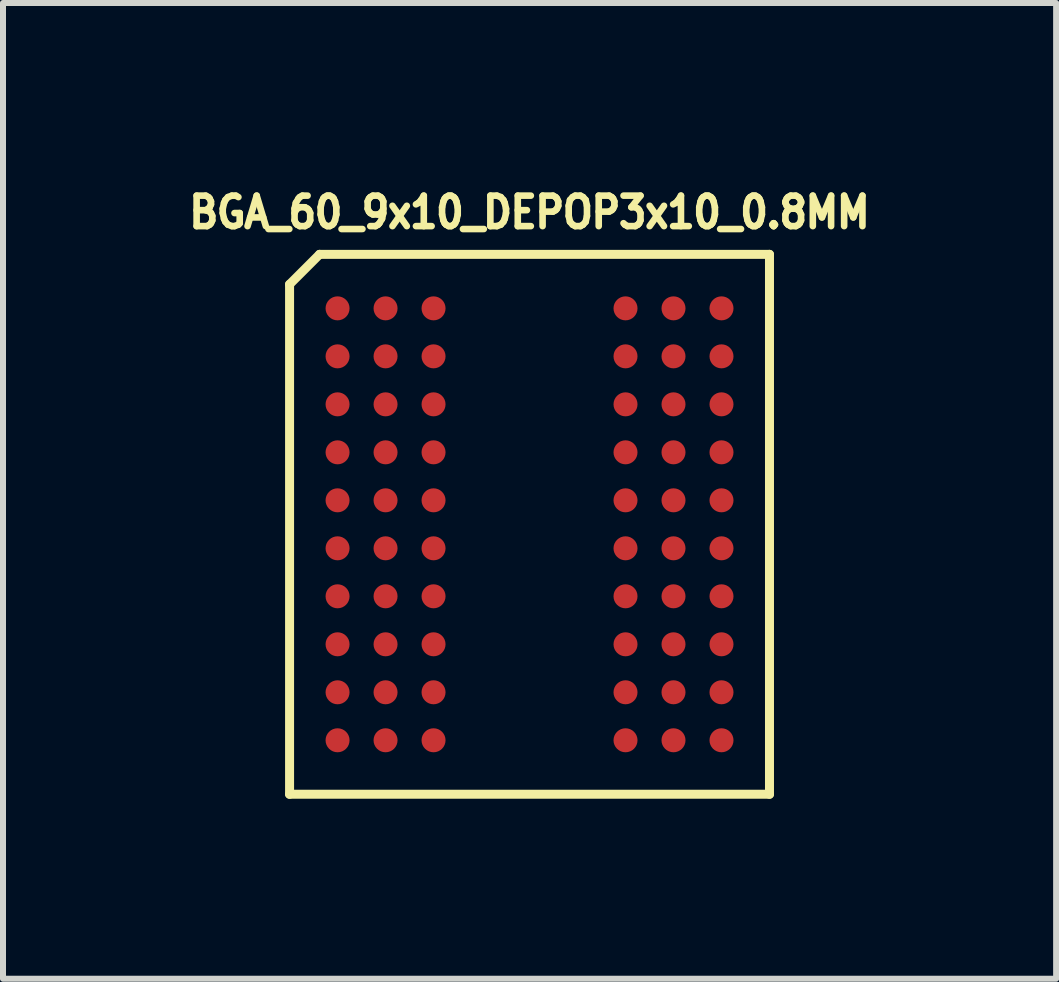
<source format=kicad_pcb>
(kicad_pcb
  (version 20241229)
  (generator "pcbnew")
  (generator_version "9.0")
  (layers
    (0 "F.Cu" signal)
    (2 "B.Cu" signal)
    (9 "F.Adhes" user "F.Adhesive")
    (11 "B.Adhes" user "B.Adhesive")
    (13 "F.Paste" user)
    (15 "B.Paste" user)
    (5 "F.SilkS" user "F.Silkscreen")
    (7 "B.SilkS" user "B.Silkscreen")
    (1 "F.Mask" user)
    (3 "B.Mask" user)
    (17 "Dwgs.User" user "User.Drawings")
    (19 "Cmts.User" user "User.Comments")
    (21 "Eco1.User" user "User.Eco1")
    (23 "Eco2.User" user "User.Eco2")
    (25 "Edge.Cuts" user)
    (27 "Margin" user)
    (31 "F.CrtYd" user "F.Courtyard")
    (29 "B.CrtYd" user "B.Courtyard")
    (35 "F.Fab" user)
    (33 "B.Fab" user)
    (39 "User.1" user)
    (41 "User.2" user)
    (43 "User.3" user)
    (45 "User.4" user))
  (footprint "BGA_60_9x10_DEPOP3x10_0.8MM"
    (layer "F.Cu")
    (at 5.777 5.69)
    (property "Reference" "BGA_60_9x10_DEPOP3x10_0.8MM" (at 0 -5.2 0) (layer "F.SilkS") (effects (font (size 0.508 0.457) (thickness 0.11))))
    (attr through_hole)
    (fp_line (start -4 -4) (end -3.5 -4.5) (stroke (width 0.15) (type solid)) (layer "F.SilkS"))
    (fp_line (start -4 4.5) (end -4 -4) (stroke (width 0.15) (type solid)) (layer "F.SilkS"))
    (fp_line (start -3.5 -4.5) (end 4 -4.5) (stroke (width 0.15) (type solid)) (layer "F.SilkS"))
    (fp_line (start 4 -4.5) (end 4 4.5) (stroke (width 0.15) (type solid)) (layer "F.SilkS"))
    (fp_line (start 4 4.5) (end -4 4.5) (stroke (width 0.15) (type solid)) (layer "F.SilkS"))
    (pad "A1" smd circle (at -3.2 -3.6) (size 0.4 0.4) (layers "F.Cu" "F.Mask" "F.Paste"))
    (pad "A2" smd circle (at -2.4 -3.6) (size 0.4 0.4) (layers "F.Cu" "F.Mask" "F.Paste"))
    (pad "A3" smd circle (at -1.6 -3.6) (size 0.4 0.4) (layers "F.Cu" "F.Mask" "F.Paste"))
    (pad "A7" smd circle (at 1.6 -3.6) (size 0.4 0.4) (layers "F.Cu" "F.Mask" "F.Paste"))
    (pad "A8" smd circle (at 2.4 -3.6) (size 0.4 0.4) (layers "F.Cu" "F.Mask" "F.Paste"))
    (pad "A9" smd circle (at 3.2 -3.6) (size 0.4 0.4) (layers "F.Cu" "F.Mask" "F.Paste"))
    (pad "B1" smd circle (at -3.2 -2.8) (size 0.4 0.4) (layers "F.Cu" "F.Mask" "F.Paste"))
    (pad "B2" smd circle (at -2.4 -2.8) (size 0.4 0.4) (layers "F.Cu" "F.Mask" "F.Paste"))
    (pad "B3" smd circle (at -1.6 -2.8) (size 0.4 0.4) (layers "F.Cu" "F.Mask" "F.Paste"))
    (pad "B7" smd circle (at 1.6 -2.8) (size 0.4 0.4) (layers "F.Cu" "F.Mask" "F.Paste"))
    (pad "B8" smd circle (at 2.4 -2.8) (size 0.4 0.4) (layers "F.Cu" "F.Mask" "F.Paste"))
    (pad "B9" smd circle (at 3.2 -2.8) (size 0.4 0.4) (layers "F.Cu" "F.Mask" "F.Paste"))
    (pad "C1" smd circle (at -3.2 -2) (size 0.4 0.4) (layers "F.Cu" "F.Mask" "F.Paste"))
    (pad "C2" smd circle (at -2.4 -2) (size 0.4 0.4) (layers "F.Cu" "F.Mask" "F.Paste"))
    (pad "C3" smd circle (at -1.6 -2) (size 0.4 0.4) (layers "F.Cu" "F.Mask" "F.Paste"))
    (pad "C7" smd circle (at 1.6 -2) (size 0.4 0.4) (layers "F.Cu" "F.Mask" "F.Paste"))
    (pad "C8" smd circle (at 2.4 -2) (size 0.4 0.4) (layers "F.Cu" "F.Mask" "F.Paste"))
    (pad "C9" smd circle (at 3.2 -2) (size 0.4 0.4) (layers "F.Cu" "F.Mask" "F.Paste"))
    (pad "D1" smd circle (at -3.2 -1.2) (size 0.4 0.4) (layers "F.Cu" "F.Mask" "F.Paste"))
    (pad "D2" smd circle (at -2.4 -1.2) (size 0.4 0.4) (layers "F.Cu" "F.Mask" "F.Paste"))
    (pad "D3" smd circle (at -1.6 -1.2) (size 0.4 0.4) (layers "F.Cu" "F.Mask" "F.Paste"))
    (pad "D7" smd circle (at 1.6 -1.2) (size 0.4 0.4) (layers "F.Cu" "F.Mask" "F.Paste"))
    (pad "D8" smd circle (at 2.4 -1.2) (size 0.4 0.4) (layers "F.Cu" "F.Mask" "F.Paste"))
    (pad "D9" smd circle (at 3.2 -1.2) (size 0.4 0.4) (layers "F.Cu" "F.Mask" "F.Paste"))
    (pad "E1" smd circle (at -3.2 -0.4) (size 0.4 0.4) (layers "F.Cu" "F.Mask" "F.Paste"))
    (pad "E2" smd circle (at -2.4 -0.4) (size 0.4 0.4) (layers "F.Cu" "F.Mask" "F.Paste"))
    (pad "E3" smd circle (at -1.6 -0.4) (size 0.4 0.4) (layers "F.Cu" "F.Mask" "F.Paste"))
    (pad "E7" smd circle (at 1.6 -0.4) (size 0.4 0.4) (layers "F.Cu" "F.Mask" "F.Paste"))
    (pad "E8" smd circle (at 2.4 -0.4) (size 0.4 0.4) (layers "F.Cu" "F.Mask" "F.Paste"))
    (pad "E9" smd circle (at 3.2 -0.4) (size 0.4 0.4) (layers "F.Cu" "F.Mask" "F.Paste"))
    (pad "F1" smd circle (at -3.2 0.4) (size 0.4 0.4) (layers "F.Cu" "F.Mask" "F.Paste"))
    (pad "F2" smd circle (at -2.4 0.4) (size 0.4 0.4) (layers "F.Cu" "F.Mask" "F.Paste"))
    (pad "F3" smd circle (at -1.6 0.4) (size 0.4 0.4) (layers "F.Cu" "F.Mask" "F.Paste"))
    (pad "F7" smd circle (at 1.6 0.4) (size 0.4 0.4) (layers "F.Cu" "F.Mask" "F.Paste"))
    (pad "F8" smd circle (at 2.4 0.4) (size 0.4 0.4) (layers "F.Cu" "F.Mask" "F.Paste"))
    (pad "F9" smd circle (at 3.2 0.4) (size 0.4 0.4) (layers "F.Cu" "F.Mask" "F.Paste"))
    (pad "G1" smd circle (at -3.2 1.2) (size 0.4 0.4) (layers "F.Cu" "F.Mask" "F.Paste"))
    (pad "G2" smd circle (at -2.4 1.2) (size 0.4 0.4) (layers "F.Cu" "F.Mask" "F.Paste"))
    (pad "G3" smd circle (at -1.6 1.2) (size 0.4 0.4) (layers "F.Cu" "F.Mask" "F.Paste"))
    (pad "G7" smd circle (at 1.6 1.2) (size 0.4 0.4) (layers "F.Cu" "F.Mask" "F.Paste"))
    (pad "G8" smd circle (at 2.4 1.2) (size 0.4 0.4) (layers "F.Cu" "F.Mask" "F.Paste"))
    (pad "G9" smd circle (at 3.2 1.2) (size 0.4 0.4) (layers "F.Cu" "F.Mask" "F.Paste"))
    (pad "H1" smd circle (at -3.2 2) (size 0.4 0.4) (layers "F.Cu" "F.Mask" "F.Paste"))
    (pad "H2" smd circle (at -2.4 2) (size 0.4 0.4) (layers "F.Cu" "F.Mask" "F.Paste"))
    (pad "H3" smd circle (at -1.6 2) (size 0.4 0.4) (layers "F.Cu" "F.Mask" "F.Paste"))
    (pad "H7" smd circle (at 1.6 2) (size 0.4 0.4) (layers "F.Cu" "F.Mask" "F.Paste"))
    (pad "H8" smd circle (at 2.4 2) (size 0.4 0.4) (layers "F.Cu" "F.Mask" "F.Paste"))
    (pad "H9" smd circle (at 3.2 2) (size 0.4 0.4) (layers "F.Cu" "F.Mask" "F.Paste"))
    (pad "J1" smd circle (at -3.2 2.8) (size 0.4 0.4) (layers "F.Cu" "F.Mask" "F.Paste"))
    (pad "J2" smd circle (at -2.4 2.8) (size 0.4 0.4) (layers "F.Cu" "F.Mask" "F.Paste"))
    (pad "J3" smd circle (at -1.6 2.8) (size 0.4 0.4) (layers "F.Cu" "F.Mask" "F.Paste"))
    (pad "J7" smd circle (at 1.6 2.8) (size 0.4 0.4) (layers "F.Cu" "F.Mask" "F.Paste"))
    (pad "J8" smd circle (at 2.4 2.8) (size 0.4 0.4) (layers "F.Cu" "F.Mask" "F.Paste"))
    (pad "J9" smd circle (at 3.2 2.8) (size 0.4 0.4) (layers "F.Cu" "F.Mask" "F.Paste"))
    (pad "K1" smd circle (at -3.2 3.6) (size 0.4 0.4) (layers "F.Cu" "F.Mask" "F.Paste"))
    (pad "K2" smd circle (at -2.4 3.6) (size 0.4 0.4) (layers "F.Cu" "F.Mask" "F.Paste"))
    (pad "K3" smd circle (at -1.6 3.6) (size 0.4 0.4) (layers "F.Cu" "F.Mask" "F.Paste"))
    (pad "K7" smd circle (at 1.6 3.6) (size 0.4 0.4) (layers "F.Cu" "F.Mask" "F.Paste"))
    (pad "K8" smd circle (at 2.4 3.6) (size 0.4 0.4) (layers "F.Cu" "F.Mask" "F.Paste"))
    (pad "K9" smd circle (at 3.2 3.6) (size 0.4 0.4) (layers "F.Cu" "F.Mask" "F.Paste")))
  (gr_rect
    (start -3 -3)
    (end 14.555 13.265)
    (stroke (width 0.1) (type default))
    (fill no)
    (layer "Edge.Cuts")))
</source>
